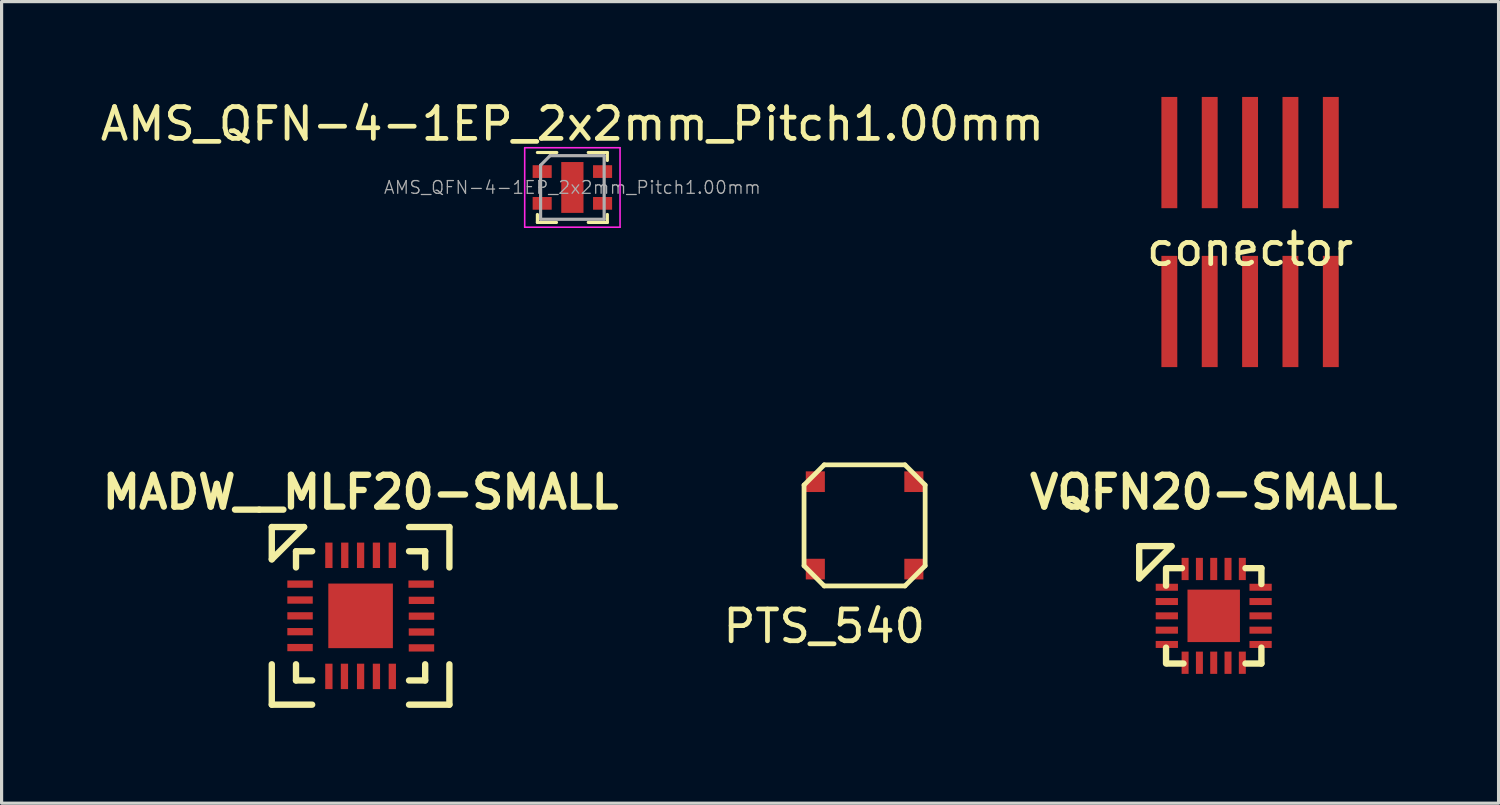
<source format=kicad_pcb>
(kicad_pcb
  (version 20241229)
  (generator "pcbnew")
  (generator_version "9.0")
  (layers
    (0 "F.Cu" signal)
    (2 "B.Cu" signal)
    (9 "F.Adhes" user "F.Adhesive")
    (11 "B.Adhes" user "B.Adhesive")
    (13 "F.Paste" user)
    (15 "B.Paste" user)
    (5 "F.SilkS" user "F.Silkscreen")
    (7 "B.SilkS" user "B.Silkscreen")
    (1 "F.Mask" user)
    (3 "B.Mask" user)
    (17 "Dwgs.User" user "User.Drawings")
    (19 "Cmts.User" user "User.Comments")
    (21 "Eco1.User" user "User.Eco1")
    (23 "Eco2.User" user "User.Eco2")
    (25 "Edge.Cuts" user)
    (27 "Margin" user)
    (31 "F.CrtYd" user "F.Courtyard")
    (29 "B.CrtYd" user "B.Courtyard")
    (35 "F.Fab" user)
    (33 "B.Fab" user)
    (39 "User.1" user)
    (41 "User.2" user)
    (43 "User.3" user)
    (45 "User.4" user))
  (footprint "AMS_QFN-4-1EP_2x2mm_Pitch1.00mm"
    (layer "F.Cu")
    (at 14.958 2.848)
    (property "Reference" "AMS_QFN-4-1EP_2x2mm_Pitch1.00mm" (at 0 -2 0) (layer "F.SilkS") (effects (font (size 1 1) (thickness 0.15))))
    (attr smd)
    (fp_line (start -1.1 1.1) (end -1.1 0.85) (stroke (width 0.1) (type solid)) (layer "F.SilkS"))
    (fp_line (start -1.1 1.1) (end -0.5 1.1) (stroke (width 0.1) (type solid)) (layer "F.SilkS"))
    (fp_line (start -0.49 -1.1) (end -1.1 -1.1) (stroke (width 0.1) (type solid)) (layer "F.SilkS"))
    (fp_line (start 1.1 -1.1) (end 0.5 -1.1) (stroke (width 0.1) (type solid)) (layer "F.SilkS"))
    (fp_line (start 1.1 -1.1) (end 1.1 -0.85) (stroke (width 0.1) (type solid)) (layer "F.SilkS"))
    (fp_line (start 1.1 1.1) (end 0.5 1.1) (stroke (width 0.1) (type solid)) (layer "F.SilkS"))
    (fp_line (start 1.1 1.1) (end 1.1 0.85) (stroke (width 0.1) (type solid)) (layer "F.SilkS"))
    (fp_line (start -1.5 -1.25) (end 1.5 -1.25) (stroke (width 0.05) (type solid)) (layer "F.CrtYd"))
    (fp_line (start -1.5 1.25) (end -1.5 -1.25) (stroke (width 0.05) (type solid)) (layer "F.CrtYd"))
    (fp_line (start 1.5 -1.25) (end 1.5 1.25) (stroke (width 0.05) (type solid)) (layer "F.CrtYd"))
    (fp_line (start 1.5 1.25) (end -1.5 1.25) (stroke (width 0.05) (type solid)) (layer "F.CrtYd"))
    (fp_line (start -1 -0.7) (end -0.7 -1) (stroke (width 0.1) (type solid)) (layer "F.Fab"))
    (fp_line (start -1 1) (end -1 -0.7) (stroke (width 0.1) (type solid)) (layer "F.Fab"))
    (fp_line (start -0.7 -1) (end 1 -1) (stroke (width 0.1) (type solid)) (layer "F.Fab"))
    (fp_line (start 1 -1) (end 1 1) (stroke (width 0.1) (type solid)) (layer "F.Fab"))
    (fp_line (start 1 1) (end -1 1) (stroke (width 0.1) (type solid)) (layer "F.Fab"))
    (fp_text user "${REFERENCE}" (at 0 0 0) (layer "F.Fab") (effects (font (size 0.4 0.4) (thickness 0.04))))
    (pad "" smd rect (at 0 0) (size 0.35 0.8) (layers "F.Paste"))
    (pad "1" smd rect (at -0.95 -0.5) (size 0.6 0.4) (layers "F.Cu" "F.Mask" "F.Paste"))
    (pad "2" smd rect (at -0.95 0.5) (size 0.6 0.4) (layers "F.Cu" "F.Mask" "F.Paste"))
    (pad "3" smd rect (at 0.95 0.5) (size 0.6 0.4) (layers "F.Cu" "F.Mask" "F.Paste"))
    (pad "4" smd rect (at 0.95 -0.5) (size 0.6 0.4) (layers "F.Cu" "F.Mask" "F.Paste"))
    (pad "5" smd rect (at 0 0) (size 0.7 1.6) (layers "F.Cu" "F.Mask")))
  (footprint "PTS_540"
    (layer "F.Cu")
    (at 24.152 13.48)
    (property "Reference" "PTS_540" (at -1.27 3.175 0) (layer "F.SilkS") (effects (font (size 1 1) (thickness 0.15))))
    (attr through_hole)
    (fp_line (start -1.905 -1.27) (end -1.27 -1.905) (stroke (width 0.15) (type solid)) (layer "F.SilkS"))
    (fp_line (start -1.905 1.27) (end -1.905 -1.27) (stroke (width 0.15) (type solid)) (layer "F.SilkS"))
    (fp_line (start -1.27 -1.905) (end 1.27 -1.905) (stroke (width 0.15) (type solid)) (layer "F.SilkS"))
    (fp_line (start -1.27 1.905) (end -1.905 1.27) (stroke (width 0.15) (type solid)) (layer "F.SilkS"))
    (fp_line (start 1.27 -1.905) (end 1.905 -1.27) (stroke (width 0.15) (type solid)) (layer "F.SilkS"))
    (fp_line (start 1.27 1.905) (end -1.27 1.905) (stroke (width 0.15) (type solid)) (layer "F.SilkS"))
    (fp_line (start 1.905 -1.27) (end 1.905 1.27) (stroke (width 0.15) (type solid)) (layer "F.SilkS"))
    (fp_line (start 1.905 1.27) (end 1.27 1.905) (stroke (width 0.15) (type solid)) (layer "F.SilkS"))
    (pad "1" smd rect (at -1.55 -1.375) (size 0.6 0.65) (layers "F.Cu" "F.Mask" "F.Paste"))
    (pad "2" smd rect (at 1.55 -1.375) (size 0.6 0.65) (layers "F.Cu" "F.Mask" "F.Paste"))
    (pad "3" smd rect (at -1.55 1.375) (size 0.6 0.65) (layers "F.Cu" "F.Mask" "F.Paste"))
    (pad "4" smd rect (at 1.55 1.375) (size 0.6 0.65) (layers "F.Cu" "F.Mask" "F.Paste")))
  (footprint "conector"
    (layer "F.Cu")
    (at 36.28 4.29)
    (property "Reference" "conector" (at 0 0.5 0) (layer "F.SilkS") (effects (font (size 1 1) (thickness 0.15))))
    (attr through_hole)
    (pad "1" smd rect (at -2.54 -2.54) (size 0.5 3.5) (layers "F.Cu" "F.Mask" "F.Paste"))
    (pad "2" smd rect (at -2.54 2.46) (size 0.5 3.5) (layers "F.Cu" "F.Mask" "F.Paste"))
    (pad "3" smd rect (at -1.27 -2.54) (size 0.5 3.5) (layers "F.Cu" "F.Mask" "F.Paste"))
    (pad "4" smd rect (at -1.27 2.46) (size 0.5 3.5) (layers "F.Cu" "F.Mask" "F.Paste"))
    (pad "5" smd rect (at 0 -2.54) (size 0.5 3.5) (layers "F.Cu" "F.Mask" "F.Paste"))
    (pad "6" smd rect (at 0 2.46) (size 0.5 3.5) (layers "F.Cu" "F.Mask" "F.Paste"))
    (pad "7" smd rect (at 1.27 -2.54) (size 0.5 3.5) (layers "F.Cu" "F.Mask" "F.Paste"))
    (pad "8" smd rect (at 1.27 2.46) (size 0.5 3.5) (layers "F.Cu" "F.Mask" "F.Paste"))
    (pad "9" smd rect (at 2.54 -2.54) (size 0.5 3.5) (layers "F.Cu" "F.Mask" "F.Paste"))
    (pad "10" smd rect (at 2.54 2.46) (size 0.5 3.5) (layers "F.Cu" "F.Mask" "F.Paste")))
  (footprint "MADW__MLF20-SMALL"
    (layer "F.Cu")
    (at 8.295 16.326)
    (property "Reference" "MADW__MLF20-SMALL" (at 0 -3.89 0) (layer "F.SilkS") (effects (font (size 1 1) (thickness 0.2))))
    (attr smd)
    (fp_line (start -2.794 -2.794) (end -2.794 -1.778) (stroke (width 0.2) (type solid)) (layer "F.SilkS"))
    (fp_line (start -2.794 -1.778) (end -1.778 -2.794) (stroke (width 0.2) (type solid)) (layer "F.SilkS"))
    (fp_line (start -2.794 1.524) (end -2.794 2.794) (stroke (width 0.2) (type solid)) (layer "F.SilkS"))
    (fp_line (start -2.794 2.794) (end -1.524 2.794) (stroke (width 0.2) (type solid)) (layer "F.SilkS"))
    (fp_line (start -2.032 -2.032) (end -1.524 -2.032) (stroke (width 0.2) (type solid)) (layer "F.SilkS"))
    (fp_line (start -2.032 -1.524) (end -2.032 -2.032) (stroke (width 0.2) (type solid)) (layer "F.SilkS"))
    (fp_line (start -2.032 2.032) (end -2.032 1.524) (stroke (width 0.2) (type solid)) (layer "F.SilkS"))
    (fp_line (start -1.778 -2.794) (end -2.794 -2.794) (stroke (width 0.2) (type solid)) (layer "F.SilkS"))
    (fp_line (start -1.524 2.032) (end -2.032 2.032) (stroke (width 0.2) (type solid)) (layer "F.SilkS"))
    (fp_line (start 1.524 -2.032) (end 2.032 -2.032) (stroke (width 0.2) (type solid)) (layer "F.SilkS"))
    (fp_line (start 1.524 2.032) (end 2.032 2.032) (stroke (width 0.2) (type solid)) (layer "F.SilkS"))
    (fp_line (start 1.524 2.794) (end 2.794 2.794) (stroke (width 0.2) (type solid)) (layer "F.SilkS"))
    (fp_line (start 2.032 -2.032) (end 2.032 -1.524) (stroke (width 0.2) (type solid)) (layer "F.SilkS"))
    (fp_line (start 2.032 2.032) (end 2.032 1.524) (stroke (width 0.2) (type solid)) (layer "F.SilkS"))
    (fp_line (start 2.794 -2.794) (end 1.524 -2.794) (stroke (width 0.2) (type solid)) (layer "F.SilkS"))
    (fp_line (start 2.794 -1.524) (end 2.794 -2.794) (stroke (width 0.2) (type solid)) (layer "F.SilkS"))
    (fp_line (start 2.794 2.794) (end 2.794 1.524) (stroke (width 0.2) (type solid)) (layer "F.SilkS"))
    (pad "1" smd rect (at -1.905 -0.998) (size 0.8 0.229) (layers "F.Cu" "F.Mask" "F.Paste"))
    (pad "2" smd rect (at -1.905 -0.498) (size 0.8 0.229) (layers "F.Cu" "F.Mask" "F.Paste"))
    (pad "3" smd rect (at -1.905 0) (size 0.8 0.229) (layers "F.Cu" "F.Mask" "F.Paste"))
    (pad "4" smd rect (at -1.905 0.498) (size 0.8 0.229) (layers "F.Cu" "F.Mask" "F.Paste"))
    (pad "5" smd rect (at -1.905 0.998) (size 0.8 0.229) (layers "F.Cu" "F.Mask" "F.Paste"))
    (pad "6" smd rect (at -0.998 1.905) (size 0.229 0.8) (layers "F.Cu" "F.Mask" "F.Paste"))
    (pad "7" smd rect (at -0.508 1.905) (size 0.229 0.8) (layers "F.Cu" "F.Mask" "F.Paste"))
    (pad "8" smd rect (at 0 1.905) (size 0.229 0.8) (layers "F.Cu" "F.Mask" "F.Paste"))
    (pad "9" smd rect (at 0.498 1.905) (size 0.229 0.8) (layers "F.Cu" "F.Mask" "F.Paste"))
    (pad "10" smd rect (at 0.998 1.905) (size 0.229 0.8) (layers "F.Cu" "F.Mask" "F.Paste"))
    (pad "11" smd rect (at 1.915 1.008) (size 0.8 0.229) (layers "F.Cu" "F.Mask" "F.Paste"))
    (pad "12" smd rect (at 1.915 0.508) (size 0.8 0.229) (layers "F.Cu" "F.Mask" "F.Paste"))
    (pad "13" smd rect (at 1.915 0.01) (size 0.8 0.229) (layers "F.Cu" "F.Mask" "F.Paste"))
    (pad "14" smd rect (at 1.915 -0.488) (size 0.8 0.229) (layers "F.Cu" "F.Mask" "F.Paste"))
    (pad "15" smd rect (at 1.905 -0.998) (size 0.8 0.229) (layers "F.Cu" "F.Mask" "F.Paste"))
    (pad "16" smd rect (at 0.998 -1.905) (size 0.229 0.8) (layers "F.Cu" "F.Mask" "F.Paste"))
    (pad "17" smd rect (at 0.498 -1.905) (size 0.229 0.8) (layers "F.Cu" "F.Mask" "F.Paste"))
    (pad "18" smd rect (at 0 -1.905) (size 0.229 0.8) (layers "F.Cu" "F.Mask" "F.Paste"))
    (pad "19" smd rect (at -0.498 -1.905) (size 0.229 0.8) (layers "F.Cu" "F.Mask" "F.Paste"))
    (pad "20" smd rect (at -0.998 -1.905) (size 0.229 0.8) (layers "F.Cu" "F.Mask" "F.Paste"))
    (pad "21" smd rect (at 0 0) (size 2.032 2.032) (layers "F.Cu" "F.Mask" "F.Paste")))
  (footprint "VQFN20-SMALL"
    (layer "F.Cu")
    (at 35.136 16.326)
    (property "Reference" "VQFN20-SMALL" (at 0 -3.89 0) (layer "F.SilkS") (effects (font (size 1 1) (thickness 0.2))))
    (attr smd)
    (fp_line (start -2.344 -2.194) (end -2.344 -1.178) (stroke (width 0.2) (type solid)) (layer "F.SilkS"))
    (fp_line (start -2.344 -1.178) (end -1.328 -2.194) (stroke (width 0.2) (type solid)) (layer "F.SilkS"))
    (fp_line (start -1.5 -1.5) (end -1 -1.5) (stroke (width 0.2) (type solid)) (layer "F.SilkS"))
    (fp_line (start -1.5 -0.95) (end -1.5 -1.458) (stroke (width 0.2) (type solid)) (layer "F.SilkS"))
    (fp_line (start -1.5 1.5) (end -1.5 1) (stroke (width 0.2) (type solid)) (layer "F.SilkS"))
    (fp_line (start -1.328 -2.194) (end -2.344 -2.194) (stroke (width 0.2) (type solid)) (layer "F.SilkS"))
    (fp_line (start -0.95 1.5) (end -1.458 1.5) (stroke (width 0.2) (type solid)) (layer "F.SilkS"))
    (fp_line (start 1 1.5) (end 1.5 1.5) (stroke (width 0.2) (type solid)) (layer "F.SilkS"))
    (fp_line (start 1.5 -1.5) (end 1 -1.5) (stroke (width 0.2) (type solid)) (layer "F.SilkS"))
    (fp_line (start 1.5 -1) (end 1.5 -1.5) (stroke (width 0.2) (type solid)) (layer "F.SilkS"))
    (fp_line (start 1.5 1.5) (end 1.5 1) (stroke (width 0.2) (type solid)) (layer "F.SilkS"))
    (pad "1" smd rect (at -1.475 -0.9) (size 0.7 0.22) (layers "F.Cu" "F.Mask" "F.Paste"))
    (pad "2" smd rect (at -1.475 -0.45) (size 0.7 0.22) (layers "F.Cu" "F.Mask" "F.Paste"))
    (pad "3" smd rect (at -1.475 0) (size 0.7 0.22) (layers "F.Cu" "F.Mask" "F.Paste"))
    (pad "4" smd rect (at -1.475 0.45) (size 0.7 0.22) (layers "F.Cu" "F.Mask" "F.Paste"))
    (pad "5" smd rect (at -1.475 0.9) (size 0.7 0.22) (layers "F.Cu" "F.Mask" "F.Paste"))
    (pad "6" smd rect (at -0.9 1.475) (size 0.22 0.7) (layers "F.Cu" "F.Mask" "F.Paste"))
    (pad "7" smd rect (at -0.45 1.475) (size 0.22 0.7) (layers "F.Cu" "F.Mask" "F.Paste"))
    (pad "8" smd rect (at 0 1.475) (size 0.22 0.7) (layers "F.Cu" "F.Mask" "F.Paste"))
    (pad "9" smd rect (at 0.45 1.475) (size 0.22 0.7) (layers "F.Cu" "F.Mask" "F.Paste"))
    (pad "10" smd rect (at 0.9 1.475) (size 0.22 0.7) (layers "F.Cu" "F.Mask" "F.Paste"))
    (pad "11" smd rect (at 1.475 0.9) (size 0.7 0.22) (layers "F.Cu" "F.Mask" "F.Paste"))
    (pad "12" smd rect (at 1.475 0.45) (size 0.7 0.22) (layers "F.Cu" "F.Mask" "F.Paste"))
    (pad "13" smd rect (at 1.475 0) (size 0.7 0.22) (layers "F.Cu" "F.Mask" "F.Paste"))
    (pad "14" smd rect (at 1.475 -0.45) (size 0.7 0.22) (layers "F.Cu" "F.Mask" "F.Paste"))
    (pad "15" smd rect (at 1.475 -0.9) (size 0.7 0.22) (layers "F.Cu" "F.Mask" "F.Paste"))
    (pad "16" smd rect (at 0.9 -1.475) (size 0.22 0.7) (layers "F.Cu" "F.Mask" "F.Paste"))
    (pad "17" smd rect (at 0.45 -1.475) (size 0.22 0.7) (layers "F.Cu" "F.Mask" "F.Paste"))
    (pad "18" smd rect (at 0 -1.475) (size 0.22 0.7) (layers "F.Cu" "F.Mask" "F.Paste"))
    (pad "19" smd rect (at -0.45 -1.475) (size 0.22 0.7) (layers "F.Cu" "F.Mask" "F.Paste"))
    (pad "20" smd rect (at -0.9 -1.475) (size 0.22 0.7) (layers "F.Cu" "F.Mask" "F.Paste"))
    (pad "21" smd rect (at 0 0) (size 1.65 1.65) (layers "F.Cu" "F.Mask" "F.Paste")))
  (gr_rect
    (start -3 -3)
    (end 44.098 22.22)
    (stroke (width 0.1) (type default))
    (fill no)
    (layer "Edge.Cuts")))
</source>
